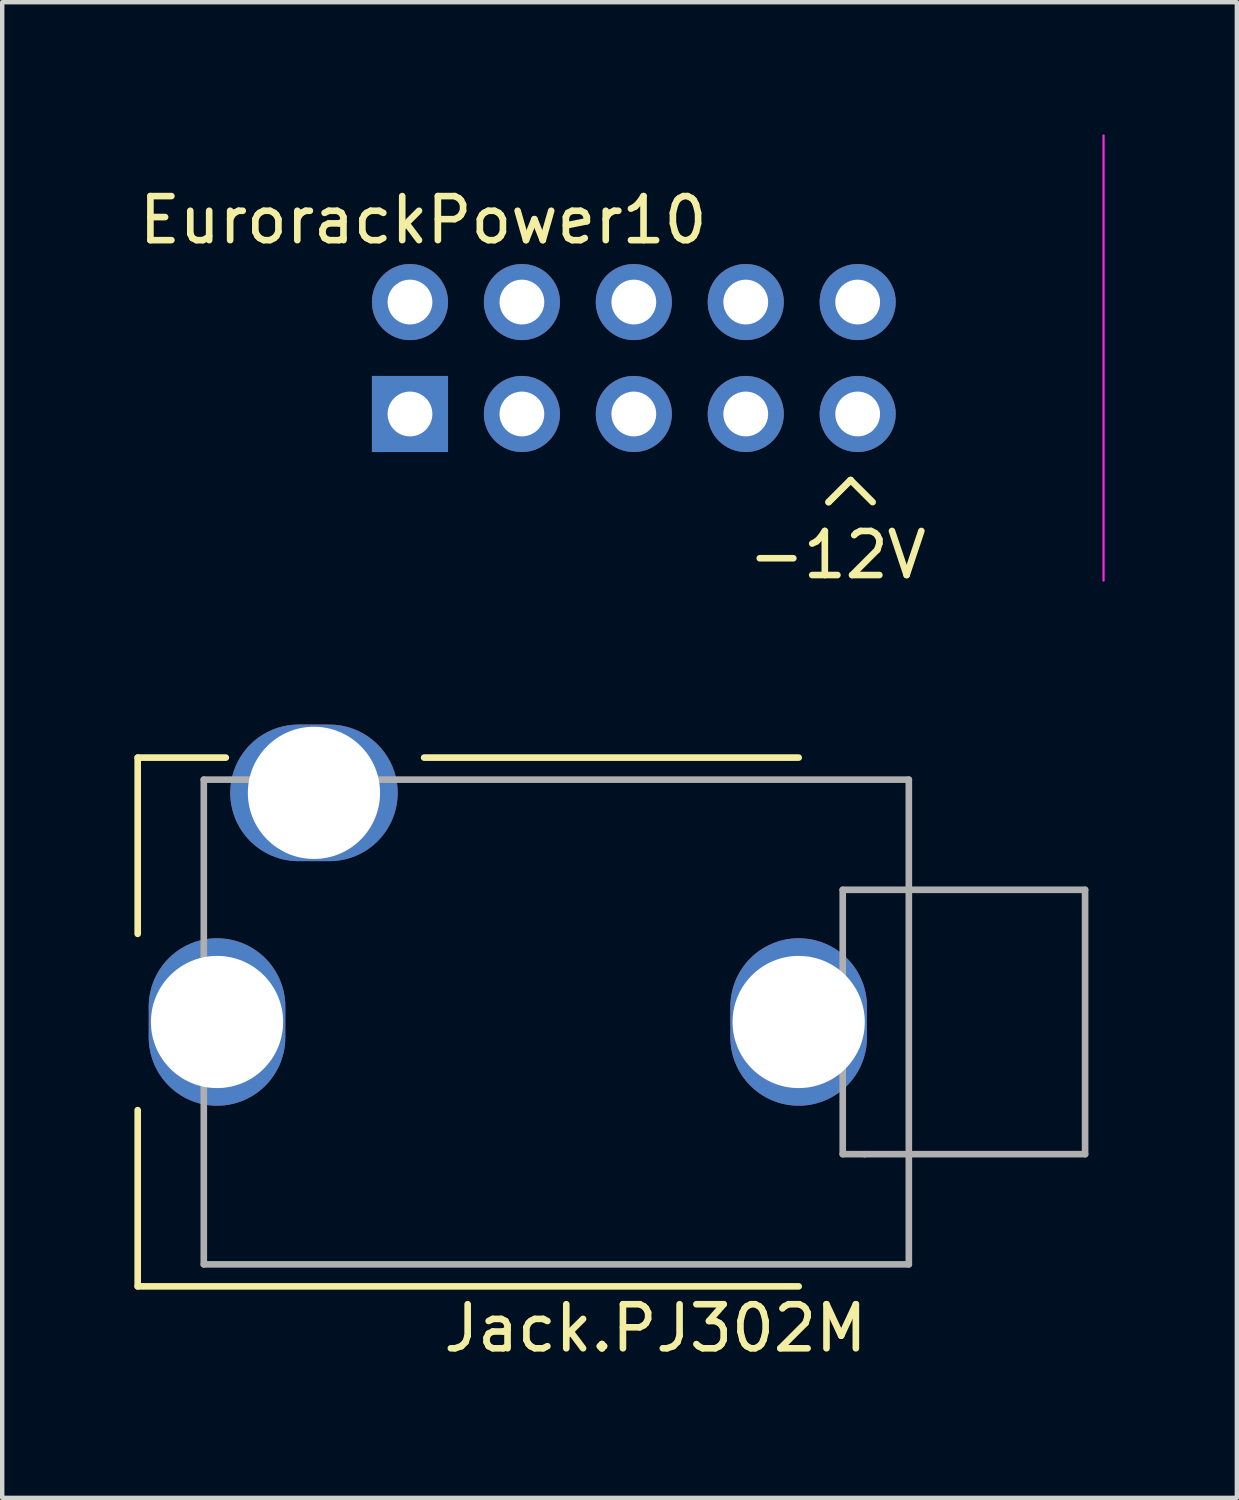
<source format=kicad_pcb>
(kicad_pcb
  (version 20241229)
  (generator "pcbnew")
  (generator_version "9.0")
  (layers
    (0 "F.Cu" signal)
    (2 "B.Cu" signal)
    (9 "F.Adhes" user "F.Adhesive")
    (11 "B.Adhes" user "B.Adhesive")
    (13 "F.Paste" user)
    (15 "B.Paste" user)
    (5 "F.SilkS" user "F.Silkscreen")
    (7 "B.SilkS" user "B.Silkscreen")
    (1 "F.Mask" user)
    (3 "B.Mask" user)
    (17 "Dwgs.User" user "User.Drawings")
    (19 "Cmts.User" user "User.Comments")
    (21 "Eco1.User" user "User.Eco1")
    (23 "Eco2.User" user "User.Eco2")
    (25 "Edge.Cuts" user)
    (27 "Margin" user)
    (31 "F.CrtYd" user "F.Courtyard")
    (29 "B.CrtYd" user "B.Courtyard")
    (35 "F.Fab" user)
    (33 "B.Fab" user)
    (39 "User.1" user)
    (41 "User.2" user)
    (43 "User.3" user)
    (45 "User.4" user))
  (footprint "Jack.PJ302M"
    (layer "F.Cu")
    (at 15.075 20.143)
    (property "Reference" "Jack.PJ302M" (at -3.25 6.95 0) (layer "F.SilkS") (effects (font (size 1 1) (thickness 0.15))))
    (attr through_hole)
    (fp_line (start -15 -6) (end -15 -2) (stroke (width 0.15) (type solid)) (layer "F.SilkS"))
    (fp_line (start -15 -6) (end -13 -6) (stroke (width 0.15) (type solid)) (layer "F.SilkS"))
    (fp_line (start -15 2) (end -15 6) (stroke (width 0.15) (type solid)) (layer "F.SilkS"))
    (fp_line (start -15 6) (end 0 6) (stroke (width 0.15) (type solid)) (layer "F.SilkS"))
    (fp_line (start -8.5 -6) (end 0 -6) (stroke (width 0.15) (type solid)) (layer "F.SilkS"))
    (fp_line (start -13.5 -5.5) (end 2.5 -5.5) (stroke (width 0.15) (type solid)) (layer "F.Fab"))
    (fp_line (start -13.5 5.5) (end -13.5 -5.5) (stroke (width 0.15) (type solid)) (layer "F.Fab"))
    (fp_line (start 1 -3) (end 6.5 -3) (stroke (width 0.15) (type solid)) (layer "F.Fab"))
    (fp_line (start 1 3) (end 1 -3) (stroke (width 0.15) (type solid)) (layer "F.Fab"))
    (fp_line (start 1.5 3) (end 1 3) (stroke (width 0.15) (type solid)) (layer "F.Fab"))
    (fp_line (start 2.5 -5.5) (end 2.5 5.5) (stroke (width 0.15) (type solid)) (layer "F.Fab"))
    (fp_line (start 2.5 5.5) (end -13.5 5.5) (stroke (width 0.15) (type solid)) (layer "F.Fab"))
    (fp_line (start 6.5 -3) (end 6.5 3) (stroke (width 0.15) (type solid)) (layer "F.Fab"))
    (fp_line (start 6.5 3) (end 1.5 3) (stroke (width 0.15) (type solid)) (layer "F.Fab"))
    (pad "1" thru_hole oval (at -13.2 0) (size 3.1 3.8) (drill 3) (layers "*.Cu" "*.Mask"))
    (pad "2" thru_hole oval (at -11 -5.2) (size 3.8 3.1) (drill 3) (layers "*.Cu" "*.Mask"))
    (pad "3" thru_hole oval (at 0 0) (size 3.1 3.8) (drill 3) (layers "*.Cu" "*.Mask")))
  (footprint "EurorackPower10"
    (layer "F.Cu")
    (at 6.254 6.345)
    (property "Reference" "EurorackPower10" (at 0.3 -4.4 0) (layer "F.SilkS") (effects (font (size 1 1) (thickness 0.15))))
    (attr through_hole)
    (fp_line (start 9.5 2) (end 10 1.5) (stroke (width 0.15) (type solid)) (layer "F.SilkS"))
    (fp_line (start 10 1.5) (end 9.5 2) (stroke (width 0.15) (type solid)) (layer "F.SilkS"))
    (fp_line (start 10 1.5) (end 10.5 2) (stroke (width 0.15) (type solid)) (layer "F.SilkS"))
    (fp_line (start 15.74 -6.32) (end 15.74 3.78) (stroke (width 0.05) (type solid)) (layer "F.CrtYd"))
    (fp_text user "-12V" (at 9.7 3.2 0) (layer "F.SilkS") (effects (font (size 1 1) (thickness 0.15))))
    (pad "1" thru_hole oval (at 0 -2.54) (size 1.727 1.727) (drill 1.016) (layers "*.Cu" "*.Mask"))
    (pad "1" thru_hole rect (at 0 0) (size 1.727 1.727) (drill 1.016) (layers "*.Cu" "*.Mask"))
    (pad "2" thru_hole oval (at 2.54 -2.54) (size 1.727 1.727) (drill 1.016) (layers "*.Cu" "*.Mask"))
    (pad "2" thru_hole oval (at 2.54 0) (size 1.727 1.727) (drill 1.016) (layers "*.Cu" "*.Mask"))
    (pad "2" thru_hole oval (at 5.08 -2.54) (size 1.727 1.727) (drill 1.016) (layers "*.Cu" "*.Mask"))
    (pad "2" thru_hole oval (at 5.08 0) (size 1.727 1.727) (drill 1.016) (layers "*.Cu" "*.Mask"))
    (pad "2" thru_hole oval (at 7.62 -2.54) (size 1.727 1.727) (drill 1.016) (layers "*.Cu" "*.Mask"))
    (pad "2" thru_hole oval (at 7.62 0) (size 1.727 1.727) (drill 1.016) (layers "*.Cu" "*.Mask"))
    (pad "3" thru_hole oval (at 10.16 -2.54) (size 1.727 1.727) (drill 1.016) (layers "*.Cu" "*.Mask"))
    (pad "3" thru_hole oval (at 10.16 0) (size 1.727 1.727) (drill 1.016) (layers "*.Cu" "*.Mask")))
  (gr_rect
    (start -3 -3)
    (end 25.019 30.942)
    (stroke (width 0.1) (type default))
    (fill no)
    (layer "Edge.Cuts")))
</source>
